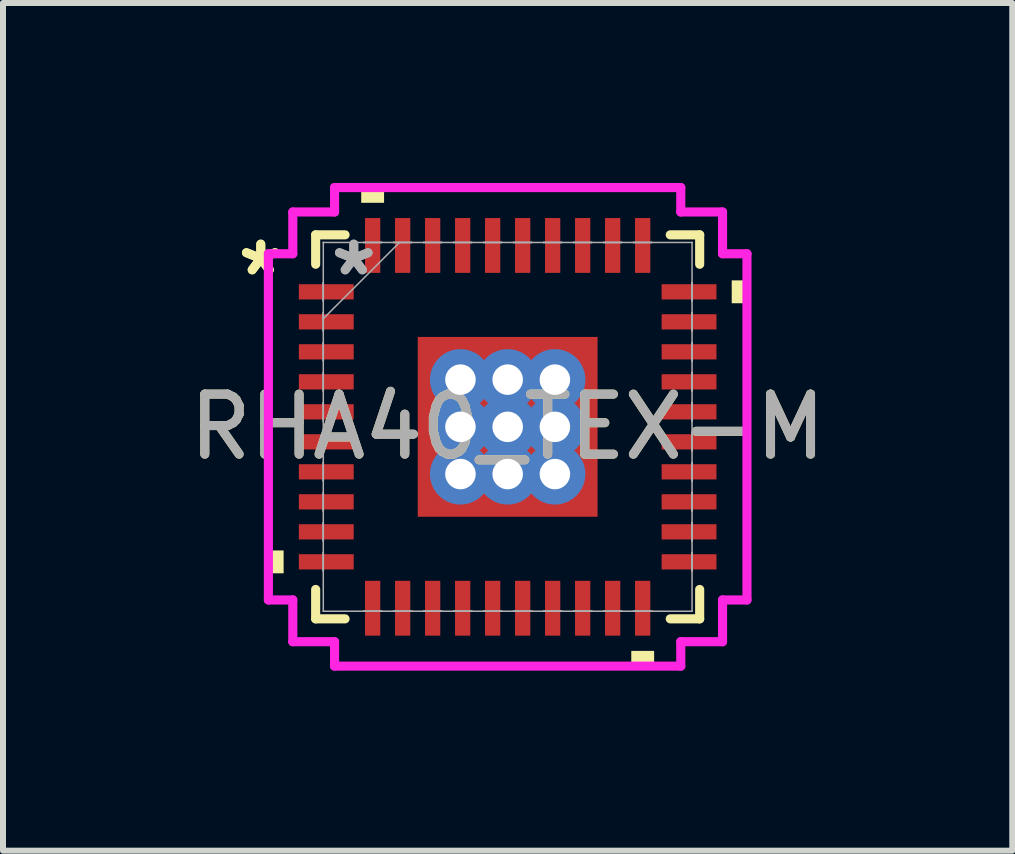
<source format=kicad_pcb>
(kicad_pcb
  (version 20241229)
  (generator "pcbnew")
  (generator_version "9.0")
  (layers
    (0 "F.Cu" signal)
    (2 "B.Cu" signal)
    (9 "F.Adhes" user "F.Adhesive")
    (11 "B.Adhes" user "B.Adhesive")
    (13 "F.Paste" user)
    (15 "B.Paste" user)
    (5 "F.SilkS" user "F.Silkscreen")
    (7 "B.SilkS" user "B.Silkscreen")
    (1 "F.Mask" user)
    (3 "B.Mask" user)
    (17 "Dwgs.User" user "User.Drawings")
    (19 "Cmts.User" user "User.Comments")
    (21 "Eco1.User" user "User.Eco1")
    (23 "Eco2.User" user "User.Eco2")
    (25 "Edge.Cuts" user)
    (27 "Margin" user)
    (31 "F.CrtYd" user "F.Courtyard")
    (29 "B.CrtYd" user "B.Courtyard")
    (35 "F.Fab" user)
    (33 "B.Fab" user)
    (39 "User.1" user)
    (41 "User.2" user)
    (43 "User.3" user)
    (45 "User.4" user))
  (footprint "RHA40_TEX-M"
    (layer "F.Cu")
    (at 5.411 4.064)
    (property "Reference" "RHA40_TEX-M" (at 0 0 0) (unlocked yes) (layer "F.SilkS") (effects (font (size 1 1) (thickness 0.15))))
    (attr smd)
    (fp_poly (pts (xy -1.562 -1.562) (xy -0.987 -1.562) (xy -0.987 1.562) (xy -1.562 1.562)) (stroke (width 0) (type solid)) (fill yes) (layer "F.Mask"))
    (fp_poly (pts (xy -1.562 -1.562) (xy 1.562 -1.562) (xy 1.562 -0.987) (xy -1.562 -0.987)) (stroke (width 0) (type solid)) (fill yes) (layer "F.Mask"))
    (fp_poly (pts (xy -1.562 -0.587) (xy 1.562 -0.587) (xy 1.562 -0.2) (xy -1.562 -0.2)) (stroke (width 0) (type solid)) (fill yes) (layer "F.Mask"))
    (fp_poly (pts (xy -1.562 0.2) (xy 1.562 0.2) (xy 1.562 0.587) (xy -1.562 0.587)) (stroke (width 0) (type solid)) (fill yes) (layer "F.Mask"))
    (fp_poly (pts (xy -1.562 0.987) (xy 1.562 0.987) (xy 1.562 1.562) (xy -1.562 1.562)) (stroke (width 0) (type solid)) (fill yes) (layer "F.Mask"))
    (fp_poly (pts (xy -0.2 -1.562) (xy -0.587 -1.562) (xy -0.587 1.562) (xy -0.2 1.562)) (stroke (width 0) (type solid)) (fill yes) (layer "F.Mask"))
    (fp_poly (pts (xy 0.587 -1.562) (xy 0.2 -1.562) (xy 0.2 1.562) (xy 0.587 1.562)) (stroke (width 0) (type solid)) (fill yes) (layer "F.Mask"))
    (fp_poly (pts (xy 0.987 -1.562) (xy 1.562 -1.562) (xy 1.562 1.562) (xy 0.987 1.562)) (stroke (width 0) (type solid)) (fill yes) (layer "F.Mask"))
    (fp_line (start -3.2 -3.2) (end -3.2 -2.71) (stroke (width 0.152) (type solid)) (layer "F.SilkS"))
    (fp_line (start -3.2 2.71) (end -3.2 3.2) (stroke (width 0.152) (type solid)) (layer "F.SilkS"))
    (fp_line (start -3.2 3.2) (end -2.71 3.2) (stroke (width 0.152) (type solid)) (layer "F.SilkS"))
    (fp_line (start -2.71 -3.2) (end -3.2 -3.2) (stroke (width 0.152) (type solid)) (layer "F.SilkS"))
    (fp_line (start 2.71 3.2) (end 3.2 3.2) (stroke (width 0.152) (type solid)) (layer "F.SilkS"))
    (fp_line (start 3.2 -3.2) (end 2.71 -3.2) (stroke (width 0.152) (type solid)) (layer "F.SilkS"))
    (fp_line (start 3.2 -2.71) (end 3.2 -3.2) (stroke (width 0.152) (type solid)) (layer "F.SilkS"))
    (fp_line (start 3.2 3.2) (end 3.2 2.71) (stroke (width 0.152) (type solid)) (layer "F.SilkS"))
    (fp_poly (pts (xy -3.988 2.06) (xy -3.988 2.441) (xy -3.734 2.441) (xy -3.734 2.06)) (stroke (width 0) (type solid)) (fill yes) (layer "F.SilkS"))
    (fp_poly (pts (xy -2.441 -3.734) (xy -2.441 -3.988) (xy -2.06 -3.988) (xy -2.06 -3.734)) (stroke (width 0) (type solid)) (fill yes) (layer "F.SilkS"))
    (fp_poly (pts (xy 2.06 3.734) (xy 2.06 3.988) (xy 2.441 3.988) (xy 2.441 3.734)) (stroke (width 0) (type solid)) (fill yes) (layer "F.SilkS"))
    (fp_poly (pts (xy 3.988 -2.441) (xy 3.988 -2.06) (xy 3.734 -2.06) (xy 3.734 -2.441)) (stroke (width 0) (type solid)) (fill yes) (layer "F.SilkS"))
    (fp_poly (pts (xy -1.424 -1.424) (xy -1.424 -0.887) (xy -1.029 -0.887) (xy -0.887 -1.029) (xy -0.887 -1.424)) (stroke (width 0) (type solid)) (fill yes) (layer "F.Paste"))
    (fp_poly (pts (xy -1.424 0.887) (xy -1.424 1.424) (xy -0.887 1.424) (xy -0.887 1.029) (xy -1.029 0.887)) (stroke (width 0) (type solid)) (fill yes) (layer "F.Paste"))
    (fp_poly (pts (xy 0.887 -1.424) (xy 0.887 -1.029) (xy 1.029 -0.887) (xy 1.424 -0.887) (xy 1.424 -1.424)) (stroke (width 0) (type solid)) (fill yes) (layer "F.Paste"))
    (fp_poly (pts (xy 1.029 0.887) (xy 0.887 1.029) (xy 0.887 1.424) (xy 1.424 1.424) (xy 1.424 0.887)) (stroke (width 0) (type solid)) (fill yes) (layer "F.Paste"))
    (fp_poly (pts (xy -1.424 -0.687) (xy -1.424 -0.1) (xy -1.029 -0.1) (xy -0.887 -0.241) (xy -0.887 -0.546) (xy -1.029 -0.687)) (stroke (width 0) (type solid)) (fill yes) (layer "F.Paste"))
    (fp_poly (pts (xy -1.424 0.1) (xy -1.424 0.687) (xy -1.029 0.687) (xy -0.887 0.546) (xy -0.887 0.241) (xy -1.029 0.1)) (stroke (width 0) (type solid)) (fill yes) (layer "F.Paste"))
    (fp_poly (pts (xy -0.687 -1.424) (xy -0.687 -1.029) (xy -0.546 -0.887) (xy -0.241 -0.887) (xy -0.1 -1.029) (xy -0.1 -1.424)) (stroke (width 0) (type solid)) (fill yes) (layer "F.Paste"))
    (fp_poly (pts (xy -0.546 0.887) (xy -0.687 1.029) (xy -0.687 1.424) (xy -0.1 1.424) (xy -0.1 1.029) (xy -0.241 0.887)) (stroke (width 0) (type solid)) (fill yes) (layer "F.Paste"))
    (fp_poly (pts (xy 0.1 -1.424) (xy 0.1 -1.029) (xy 0.241 -0.887) (xy 0.546 -0.887) (xy 0.687 -1.029) (xy 0.687 -1.424)) (stroke (width 0) (type solid)) (fill yes) (layer "F.Paste"))
    (fp_poly (pts (xy 0.241 0.887) (xy 0.1 1.029) (xy 0.1 1.424) (xy 0.687 1.424) (xy 0.687 1.029) (xy 0.546 0.887)) (stroke (width 0) (type solid)) (fill yes) (layer "F.Paste"))
    (fp_poly (pts (xy 1.029 -0.687) (xy 0.887 -0.546) (xy 0.887 -0.241) (xy 1.029 -0.1) (xy 1.424 -0.1) (xy 1.424 -0.687)) (stroke (width 0) (type solid)) (fill yes) (layer "F.Paste"))
    (fp_poly (pts (xy 1.029 0.1) (xy 0.887 0.241) (xy 0.887 0.546) (xy 1.029 0.687) (xy 1.424 0.687) (xy 1.424 0.1)) (stroke (width 0) (type solid)) (fill yes) (layer "F.Paste"))
    (fp_poly (pts (xy -0.546 -0.687) (xy -0.687 -0.546) (xy -0.687 -0.241) (xy -0.546 -0.1) (xy -0.241 -0.1) (xy -0.1 -0.241) (xy -0.1 -0.546) (xy -0.241 -0.687)) (stroke (width 0) (type solid)) (fill yes) (layer "F.Paste"))
    (fp_poly (pts (xy -0.546 0.1) (xy -0.687 0.241) (xy -0.687 0.546) (xy -0.546 0.687) (xy -0.241 0.687) (xy -0.1 0.546) (xy -0.1 0.241) (xy -0.241 0.1)) (stroke (width 0) (type solid)) (fill yes) (layer "F.Paste"))
    (fp_poly (pts (xy 0.241 -0.687) (xy 0.1 -0.546) (xy 0.1 -0.241) (xy 0.241 -0.1) (xy 0.546 -0.1) (xy 0.687 -0.241) (xy 0.687 -0.546) (xy 0.546 -0.687)) (stroke (width 0) (type solid)) (fill yes) (layer "F.Paste"))
    (fp_poly (pts (xy 0.241 0.1) (xy 0.1 0.241) (xy 0.1 0.546) (xy 0.241 0.687) (xy 0.546 0.687) (xy 0.687 0.546) (xy 0.687 0.241) (xy 0.546 0.1)) (stroke (width 0) (type solid)) (fill yes) (layer "F.Paste"))
    (fp_line (start -3.988 -2.885) (end -3.581 -2.885) (stroke (width 0.152) (type solid)) (layer "F.CrtYd"))
    (fp_line (start -3.988 2.885) (end -3.988 -2.885) (stroke (width 0.152) (type solid)) (layer "F.CrtYd"))
    (fp_line (start -3.581 -3.581) (end -2.885 -3.581) (stroke (width 0.152) (type solid)) (layer "F.CrtYd"))
    (fp_line (start -3.581 -2.885) (end -3.581 -3.581) (stroke (width 0.152) (type solid)) (layer "F.CrtYd"))
    (fp_line (start -3.581 2.885) (end -3.988 2.885) (stroke (width 0.152) (type solid)) (layer "F.CrtYd"))
    (fp_line (start -3.581 3.581) (end -3.581 2.885) (stroke (width 0.152) (type solid)) (layer "F.CrtYd"))
    (fp_line (start -2.885 -3.988) (end 2.885 -3.988) (stroke (width 0.152) (type solid)) (layer "F.CrtYd"))
    (fp_line (start -2.885 -3.581) (end -2.885 -3.988) (stroke (width 0.152) (type solid)) (layer "F.CrtYd"))
    (fp_line (start -2.885 3.581) (end -3.581 3.581) (stroke (width 0.152) (type solid)) (layer "F.CrtYd"))
    (fp_line (start -2.885 3.988) (end -2.885 3.581) (stroke (width 0.152) (type solid)) (layer "F.CrtYd"))
    (fp_line (start 2.885 -3.988) (end 2.885 -3.581) (stroke (width 0.152) (type solid)) (layer "F.CrtYd"))
    (fp_line (start 2.885 -3.581) (end 3.581 -3.581) (stroke (width 0.152) (type solid)) (layer "F.CrtYd"))
    (fp_line (start 2.885 3.581) (end 2.885 3.988) (stroke (width 0.152) (type solid)) (layer "F.CrtYd"))
    (fp_line (start 2.885 3.988) (end -2.885 3.988) (stroke (width 0.152) (type solid)) (layer "F.CrtYd"))
    (fp_line (start 3.581 -3.581) (end 3.581 -2.885) (stroke (width 0.152) (type solid)) (layer "F.CrtYd"))
    (fp_line (start 3.581 -2.885) (end 3.988 -2.885) (stroke (width 0.152) (type solid)) (layer "F.CrtYd"))
    (fp_line (start 3.581 2.885) (end 3.581 3.581) (stroke (width 0.152) (type solid)) (layer "F.CrtYd"))
    (fp_line (start 3.581 3.581) (end 2.885 3.581) (stroke (width 0.152) (type solid)) (layer "F.CrtYd"))
    (fp_line (start 3.988 -2.885) (end 3.988 2.885) (stroke (width 0.152) (type solid)) (layer "F.CrtYd"))
    (fp_line (start 3.988 2.885) (end 3.581 2.885) (stroke (width 0.152) (type solid)) (layer "F.CrtYd"))
    (fp_line (start -3.073 -3.073) (end -3.073 -3.073) (stroke (width 0.025) (type solid)) (layer "F.Fab"))
    (fp_line (start -3.073 -3.073) (end -3.073 3.073) (stroke (width 0.025) (type solid)) (layer "F.Fab"))
    (fp_line (start -3.073 -2.402) (end -3.073 -2.402) (stroke (width 0.025) (type solid)) (layer "F.Fab"))
    (fp_line (start -3.073 -2.402) (end -3.073 -2.098) (stroke (width 0.025) (type solid)) (layer "F.Fab"))
    (fp_line (start -3.073 -2.098) (end -3.073 -2.402) (stroke (width 0.025) (type solid)) (layer "F.Fab"))
    (fp_line (start -3.073 -2.098) (end -3.073 -2.098) (stroke (width 0.025) (type solid)) (layer "F.Fab"))
    (fp_line (start -3.073 -1.902) (end -3.073 -1.902) (stroke (width 0.025) (type solid)) (layer "F.Fab"))
    (fp_line (start -3.073 -1.902) (end -3.073 -1.598) (stroke (width 0.025) (type solid)) (layer "F.Fab"))
    (fp_line (start -3.073 -1.803) (end -1.803 -3.073) (stroke (width 0.025) (type solid)) (layer "F.Fab"))
    (fp_line (start -3.073 -1.598) (end -3.073 -1.902) (stroke (width 0.025) (type solid)) (layer "F.Fab"))
    (fp_line (start -3.073 -1.598) (end -3.073 -1.598) (stroke (width 0.025) (type solid)) (layer "F.Fab"))
    (fp_line (start -3.073 -1.402) (end -3.073 -1.402) (stroke (width 0.025) (type solid)) (layer "F.Fab"))
    (fp_line (start -3.073 -1.402) (end -3.073 -1.098) (stroke (width 0.025) (type solid)) (layer "F.Fab"))
    (fp_line (start -3.073 -1.098) (end -3.073 -1.402) (stroke (width 0.025) (type solid)) (layer "F.Fab"))
    (fp_line (start -3.073 -1.098) (end -3.073 -1.098) (stroke (width 0.025) (type solid)) (layer "F.Fab"))
    (fp_line (start -3.073 -0.902) (end -3.073 -0.902) (stroke (width 0.025) (type solid)) (layer "F.Fab"))
    (fp_line (start -3.073 -0.902) (end -3.073 -0.598) (stroke (width 0.025) (type solid)) (layer "F.Fab"))
    (fp_line (start -3.073 -0.598) (end -3.073 -0.902) (stroke (width 0.025) (type solid)) (layer "F.Fab"))
    (fp_line (start -3.073 -0.598) (end -3.073 -0.598) (stroke (width 0.025) (type solid)) (layer "F.Fab"))
    (fp_line (start -3.073 -0.402) (end -3.073 -0.402) (stroke (width 0.025) (type solid)) (layer "F.Fab"))
    (fp_line (start -3.073 -0.402) (end -3.073 -0.098) (stroke (width 0.025) (type solid)) (layer "F.Fab"))
    (fp_line (start -3.073 -0.098) (end -3.073 -0.402) (stroke (width 0.025) (type solid)) (layer "F.Fab"))
    (fp_line (start -3.073 -0.098) (end -3.073 -0.098) (stroke (width 0.025) (type solid)) (layer "F.Fab"))
    (fp_line (start -3.073 0.098) (end -3.073 0.098) (stroke (width 0.025) (type solid)) (layer "F.Fab"))
    (fp_line (start -3.073 0.098) (end -3.073 0.402) (stroke (width 0.025) (type solid)) (layer "F.Fab"))
    (fp_line (start -3.073 0.402) (end -3.073 0.098) (stroke (width 0.025) (type solid)) (layer "F.Fab"))
    (fp_line (start -3.073 0.402) (end -3.073 0.402) (stroke (width 0.025) (type solid)) (layer "F.Fab"))
    (fp_line (start -3.073 0.598) (end -3.073 0.598) (stroke (width 0.025) (type solid)) (layer "F.Fab"))
    (fp_line (start -3.073 0.598) (end -3.073 0.902) (stroke (width 0.025) (type solid)) (layer "F.Fab"))
    (fp_line (start -3.073 0.902) (end -3.073 0.598) (stroke (width 0.025) (type solid)) (layer "F.Fab"))
    (fp_line (start -3.073 0.902) (end -3.073 0.902) (stroke (width 0.025) (type solid)) (layer "F.Fab"))
    (fp_line (start -3.073 1.098) (end -3.073 1.098) (stroke (width 0.025) (type solid)) (layer "F.Fab"))
    (fp_line (start -3.073 1.098) (end -3.073 1.402) (stroke (width 0.025) (type solid)) (layer "F.Fab"))
    (fp_line (start -3.073 1.402) (end -3.073 1.098) (stroke (width 0.025) (type solid)) (layer "F.Fab"))
    (fp_line (start -3.073 1.402) (end -3.073 1.402) (stroke (width 0.025) (type solid)) (layer "F.Fab"))
    (fp_line (start -3.073 1.598) (end -3.073 1.598) (stroke (width 0.025) (type solid)) (layer "F.Fab"))
    (fp_line (start -3.073 1.598) (end -3.073 1.902) (stroke (width 0.025) (type solid)) (layer "F.Fab"))
    (fp_line (start -3.073 1.902) (end -3.073 1.598) (stroke (width 0.025) (type solid)) (layer "F.Fab"))
    (fp_line (start -3.073 1.902) (end -3.073 1.902) (stroke (width 0.025) (type solid)) (layer "F.Fab"))
    (fp_line (start -3.073 2.098) (end -3.073 2.098) (stroke (width 0.025) (type solid)) (layer "F.Fab"))
    (fp_line (start -3.073 2.098) (end -3.073 2.402) (stroke (width 0.025) (type solid)) (layer "F.Fab"))
    (fp_line (start -3.073 2.402) (end -3.073 2.098) (stroke (width 0.025) (type solid)) (layer "F.Fab"))
    (fp_line (start -3.073 2.402) (end -3.073 2.402) (stroke (width 0.025) (type solid)) (layer "F.Fab"))
    (fp_line (start -3.073 3.073) (end -3.073 3.073) (stroke (width 0.025) (type solid)) (layer "F.Fab"))
    (fp_line (start -3.073 3.073) (end 3.073 3.073) (stroke (width 0.025) (type solid)) (layer "F.Fab"))
    (fp_line (start -2.402 -3.073) (end -2.402 -3.073) (stroke (width 0.025) (type solid)) (layer "F.Fab"))
    (fp_line (start -2.402 -3.073) (end -2.098 -3.073) (stroke (width 0.025) (type solid)) (layer "F.Fab"))
    (fp_line (start -2.402 3.073) (end -2.402 3.073) (stroke (width 0.025) (type solid)) (layer "F.Fab"))
    (fp_line (start -2.402 3.073) (end -2.098 3.073) (stroke (width 0.025) (type solid)) (layer "F.Fab"))
    (fp_line (start -2.098 -3.073) (end -2.402 -3.073) (stroke (width 0.025) (type solid)) (layer "F.Fab"))
    (fp_line (start -2.098 -3.073) (end -2.098 -3.073) (stroke (width 0.025) (type solid)) (layer "F.Fab"))
    (fp_line (start -2.098 3.073) (end -2.402 3.073) (stroke (width 0.025) (type solid)) (layer "F.Fab"))
    (fp_line (start -2.098 3.073) (end -2.098 3.073) (stroke (width 0.025) (type solid)) (layer "F.Fab"))
    (fp_line (start -1.902 -3.073) (end -1.902 -3.073) (stroke (width 0.025) (type solid)) (layer "F.Fab"))
    (fp_line (start -1.902 -3.073) (end -1.598 -3.073) (stroke (width 0.025) (type solid)) (layer "F.Fab"))
    (fp_line (start -1.902 3.073) (end -1.902 3.073) (stroke (width 0.025) (type solid)) (layer "F.Fab"))
    (fp_line (start -1.902 3.073) (end -1.598 3.073) (stroke (width 0.025) (type solid)) (layer "F.Fab"))
    (fp_line (start -1.598 -3.073) (end -1.902 -3.073) (stroke (width 0.025) (type solid)) (layer "F.Fab"))
    (fp_line (start -1.598 -3.073) (end -1.598 -3.073) (stroke (width 0.025) (type solid)) (layer "F.Fab"))
    (fp_line (start -1.598 3.073) (end -1.902 3.073) (stroke (width 0.025) (type solid)) (layer "F.Fab"))
    (fp_line (start -1.598 3.073) (end -1.598 3.073) (stroke (width 0.025) (type solid)) (layer "F.Fab"))
    (fp_line (start -1.402 -3.073) (end -1.402 -3.073) (stroke (width 0.025) (type solid)) (layer "F.Fab"))
    (fp_line (start -1.402 -3.073) (end -1.098 -3.073) (stroke (width 0.025) (type solid)) (layer "F.Fab"))
    (fp_line (start -1.402 3.073) (end -1.402 3.073) (stroke (width 0.025) (type solid)) (layer "F.Fab"))
    (fp_line (start -1.402 3.073) (end -1.098 3.073) (stroke (width 0.025) (type solid)) (layer "F.Fab"))
    (fp_line (start -1.098 -3.073) (end -1.402 -3.073) (stroke (width 0.025) (type solid)) (layer "F.Fab"))
    (fp_line (start -1.098 -3.073) (end -1.098 -3.073) (stroke (width 0.025) (type solid)) (layer "F.Fab"))
    (fp_line (start -1.098 3.073) (end -1.402 3.073) (stroke (width 0.025) (type solid)) (layer "F.Fab"))
    (fp_line (start -1.098 3.073) (end -1.098 3.073) (stroke (width 0.025) (type solid)) (layer "F.Fab"))
    (fp_line (start -0.902 -3.073) (end -0.902 -3.073) (stroke (width 0.025) (type solid)) (layer "F.Fab"))
    (fp_line (start -0.902 -3.073) (end -0.598 -3.073) (stroke (width 0.025) (type solid)) (layer "F.Fab"))
    (fp_line (start -0.902 3.073) (end -0.902 3.073) (stroke (width 0.025) (type solid)) (layer "F.Fab"))
    (fp_line (start -0.902 3.073) (end -0.598 3.073) (stroke (width 0.025) (type solid)) (layer "F.Fab"))
    (fp_line (start -0.598 -3.073) (end -0.902 -3.073) (stroke (width 0.025) (type solid)) (layer "F.Fab"))
    (fp_line (start -0.598 -3.073) (end -0.598 -3.073) (stroke (width 0.025) (type solid)) (layer "F.Fab"))
    (fp_line (start -0.598 3.073) (end -0.902 3.073) (stroke (width 0.025) (type solid)) (layer "F.Fab"))
    (fp_line (start -0.598 3.073) (end -0.598 3.073) (stroke (width 0.025) (type solid)) (layer "F.Fab"))
    (fp_line (start -0.402 -3.073) (end -0.402 -3.073) (stroke (width 0.025) (type solid)) (layer "F.Fab"))
    (fp_line (start -0.402 -3.073) (end -0.098 -3.073) (stroke (width 0.025) (type solid)) (layer "F.Fab"))
    (fp_line (start -0.402 3.073) (end -0.402 3.073) (stroke (width 0.025) (type solid)) (layer "F.Fab"))
    (fp_line (start -0.402 3.073) (end -0.098 3.073) (stroke (width 0.025) (type solid)) (layer "F.Fab"))
    (fp_line (start -0.098 -3.073) (end -0.402 -3.073) (stroke (width 0.025) (type solid)) (layer "F.Fab"))
    (fp_line (start -0.098 -3.073) (end -0.098 -3.073) (stroke (width 0.025) (type solid)) (layer "F.Fab"))
    (fp_line (start -0.098 3.073) (end -0.402 3.073) (stroke (width 0.025) (type solid)) (layer "F.Fab"))
    (fp_line (start -0.098 3.073) (end -0.098 3.073) (stroke (width 0.025) (type solid)) (layer "F.Fab"))
    (fp_line (start 0.098 -3.073) (end 0.098 -3.073) (stroke (width 0.025) (type solid)) (layer "F.Fab"))
    (fp_line (start 0.098 -3.073) (end 0.402 -3.073) (stroke (width 0.025) (type solid)) (layer "F.Fab"))
    (fp_line (start 0.098 3.073) (end 0.098 3.073) (stroke (width 0.025) (type solid)) (layer "F.Fab"))
    (fp_line (start 0.098 3.073) (end 0.402 3.073) (stroke (width 0.025) (type solid)) (layer "F.Fab"))
    (fp_line (start 0.402 -3.073) (end 0.098 -3.073) (stroke (width 0.025) (type solid)) (layer "F.Fab"))
    (fp_line (start 0.402 -3.073) (end 0.402 -3.073) (stroke (width 0.025) (type solid)) (layer "F.Fab"))
    (fp_line (start 0.402 3.073) (end 0.098 3.073) (stroke (width 0.025) (type solid)) (layer "F.Fab"))
    (fp_line (start 0.402 3.073) (end 0.402 3.073) (stroke (width 0.025) (type solid)) (layer "F.Fab"))
    (fp_line (start 0.598 -3.073) (end 0.598 -3.073) (stroke (width 0.025) (type solid)) (layer "F.Fab"))
    (fp_line (start 0.598 -3.073) (end 0.902 -3.073) (stroke (width 0.025) (type solid)) (layer "F.Fab"))
    (fp_line (start 0.598 3.073) (end 0.598 3.073) (stroke (width 0.025) (type solid)) (layer "F.Fab"))
    (fp_line (start 0.598 3.073) (end 0.902 3.073) (stroke (width 0.025) (type solid)) (layer "F.Fab"))
    (fp_line (start 0.902 -3.073) (end 0.598 -3.073) (stroke (width 0.025) (type solid)) (layer "F.Fab"))
    (fp_line (start 0.902 -3.073) (end 0.902 -3.073) (stroke (width 0.025) (type solid)) (layer "F.Fab"))
    (fp_line (start 0.902 3.073) (end 0.598 3.073) (stroke (width 0.025) (type solid)) (layer "F.Fab"))
    (fp_line (start 0.902 3.073) (end 0.902 3.073) (stroke (width 0.025) (type solid)) (layer "F.Fab"))
    (fp_line (start 1.098 -3.073) (end 1.098 -3.073) (stroke (width 0.025) (type solid)) (layer "F.Fab"))
    (fp_line (start 1.098 -3.073) (end 1.402 -3.073) (stroke (width 0.025) (type solid)) (layer "F.Fab"))
    (fp_line (start 1.098 3.073) (end 1.098 3.073) (stroke (width 0.025) (type solid)) (layer "F.Fab"))
    (fp_line (start 1.098 3.073) (end 1.402 3.073) (stroke (width 0.025) (type solid)) (layer "F.Fab"))
    (fp_line (start 1.402 -3.073) (end 1.098 -3.073) (stroke (width 0.025) (type solid)) (layer "F.Fab"))
    (fp_line (start 1.402 -3.073) (end 1.402 -3.073) (stroke (width 0.025) (type solid)) (layer "F.Fab"))
    (fp_line (start 1.402 3.073) (end 1.098 3.073) (stroke (width 0.025) (type solid)) (layer "F.Fab"))
    (fp_line (start 1.402 3.073) (end 1.402 3.073) (stroke (width 0.025) (type solid)) (layer "F.Fab"))
    (fp_line (start 1.598 -3.073) (end 1.598 -3.073) (stroke (width 0.025) (type solid)) (layer "F.Fab"))
    (fp_line (start 1.598 -3.073) (end 1.902 -3.073) (stroke (width 0.025) (type solid)) (layer "F.Fab"))
    (fp_line (start 1.598 3.073) (end 1.598 3.073) (stroke (width 0.025) (type solid)) (layer "F.Fab"))
    (fp_line (start 1.598 3.073) (end 1.902 3.073) (stroke (width 0.025) (type solid)) (layer "F.Fab"))
    (fp_line (start 1.902 -3.073) (end 1.598 -3.073) (stroke (width 0.025) (type solid)) (layer "F.Fab"))
    (fp_line (start 1.902 -3.073) (end 1.902 -3.073) (stroke (width 0.025) (type solid)) (layer "F.Fab"))
    (fp_line (start 1.902 3.073) (end 1.598 3.073) (stroke (width 0.025) (type solid)) (layer "F.Fab"))
    (fp_line (start 1.902 3.073) (end 1.902 3.073) (stroke (width 0.025) (type solid)) (layer "F.Fab"))
    (fp_line (start 2.098 -3.073) (end 2.098 -3.073) (stroke (width 0.025) (type solid)) (layer "F.Fab"))
    (fp_line (start 2.098 -3.073) (end 2.402 -3.073) (stroke (width 0.025) (type solid)) (layer "F.Fab"))
    (fp_line (start 2.098 3.073) (end 2.098 3.073) (stroke (width 0.025) (type solid)) (layer "F.Fab"))
    (fp_line (start 2.098 3.073) (end 2.402 3.073) (stroke (width 0.025) (type solid)) (layer "F.Fab"))
    (fp_line (start 2.402 -3.073) (end 2.098 -3.073) (stroke (width 0.025) (type solid)) (layer "F.Fab"))
    (fp_line (start 2.402 -3.073) (end 2.402 -3.073) (stroke (width 0.025) (type solid)) (layer "F.Fab"))
    (fp_line (start 2.402 3.073) (end 2.098 3.073) (stroke (width 0.025) (type solid)) (layer "F.Fab"))
    (fp_line (start 2.402 3.073) (end 2.402 3.073) (stroke (width 0.025) (type solid)) (layer "F.Fab"))
    (fp_line (start 3.073 -3.073) (end -3.073 -3.073) (stroke (width 0.025) (type solid)) (layer "F.Fab"))
    (fp_line (start 3.073 -3.073) (end 3.073 -3.073) (stroke (width 0.025) (type solid)) (layer "F.Fab"))
    (fp_line (start 3.073 -2.402) (end 3.073 -2.402) (stroke (width 0.025) (type solid)) (layer "F.Fab"))
    (fp_line (start 3.073 -2.402) (end 3.073 -2.098) (stroke (width 0.025) (type solid)) (layer "F.Fab"))
    (fp_line (start 3.073 -2.098) (end 3.073 -2.402) (stroke (width 0.025) (type solid)) (layer "F.Fab"))
    (fp_line (start 3.073 -2.098) (end 3.073 -2.098) (stroke (width 0.025) (type solid)) (layer "F.Fab"))
    (fp_line (start 3.073 -1.902) (end 3.073 -1.902) (stroke (width 0.025) (type solid)) (layer "F.Fab"))
    (fp_line (start 3.073 -1.902) (end 3.073 -1.598) (stroke (width 0.025) (type solid)) (layer "F.Fab"))
    (fp_line (start 3.073 -1.598) (end 3.073 -1.902) (stroke (width 0.025) (type solid)) (layer "F.Fab"))
    (fp_line (start 3.073 -1.598) (end 3.073 -1.598) (stroke (width 0.025) (type solid)) (layer "F.Fab"))
    (fp_line (start 3.073 -1.402) (end 3.073 -1.402) (stroke (width 0.025) (type solid)) (layer "F.Fab"))
    (fp_line (start 3.073 -1.402) (end 3.073 -1.098) (stroke (width 0.025) (type solid)) (layer "F.Fab"))
    (fp_line (start 3.073 -1.098) (end 3.073 -1.402) (stroke (width 0.025) (type solid)) (layer "F.Fab"))
    (fp_line (start 3.073 -1.098) (end 3.073 -1.098) (stroke (width 0.025) (type solid)) (layer "F.Fab"))
    (fp_line (start 3.073 -0.902) (end 3.073 -0.902) (stroke (width 0.025) (type solid)) (layer "F.Fab"))
    (fp_line (start 3.073 -0.902) (end 3.073 -0.598) (stroke (width 0.025) (type solid)) (layer "F.Fab"))
    (fp_line (start 3.073 -0.598) (end 3.073 -0.902) (stroke (width 0.025) (type solid)) (layer "F.Fab"))
    (fp_line (start 3.073 -0.598) (end 3.073 -0.598) (stroke (width 0.025) (type solid)) (layer "F.Fab"))
    (fp_line (start 3.073 -0.402) (end 3.073 -0.402) (stroke (width 0.025) (type solid)) (layer "F.Fab"))
    (fp_line (start 3.073 -0.402) (end 3.073 -0.098) (stroke (width 0.025) (type solid)) (layer "F.Fab"))
    (fp_line (start 3.073 -0.098) (end 3.073 -0.402) (stroke (width 0.025) (type solid)) (layer "F.Fab"))
    (fp_line (start 3.073 -0.098) (end 3.073 -0.098) (stroke (width 0.025) (type solid)) (layer "F.Fab"))
    (fp_line (start 3.073 0.098) (end 3.073 0.098) (stroke (width 0.025) (type solid)) (layer "F.Fab"))
    (fp_line (start 3.073 0.098) (end 3.073 0.402) (stroke (width 0.025) (type solid)) (layer "F.Fab"))
    (fp_line (start 3.073 0.402) (end 3.073 0.098) (stroke (width 0.025) (type solid)) (layer "F.Fab"))
    (fp_line (start 3.073 0.402) (end 3.073 0.402) (stroke (width 0.025) (type solid)) (layer "F.Fab"))
    (fp_line (start 3.073 0.598) (end 3.073 0.598) (stroke (width 0.025) (type solid)) (layer "F.Fab"))
    (fp_line (start 3.073 0.598) (end 3.073 0.902) (stroke (width 0.025) (type solid)) (layer "F.Fab"))
    (fp_line (start 3.073 0.902) (end 3.073 0.598) (stroke (width 0.025) (type solid)) (layer "F.Fab"))
    (fp_line (start 3.073 0.902) (end 3.073 0.902) (stroke (width 0.025) (type solid)) (layer "F.Fab"))
    (fp_line (start 3.073 1.098) (end 3.073 1.098) (stroke (width 0.025) (type solid)) (layer "F.Fab"))
    (fp_line (start 3.073 1.098) (end 3.073 1.402) (stroke (width 0.025) (type solid)) (layer "F.Fab"))
    (fp_line (start 3.073 1.402) (end 3.073 1.098) (stroke (width 0.025) (type solid)) (layer "F.Fab"))
    (fp_line (start 3.073 1.402) (end 3.073 1.402) (stroke (width 0.025) (type solid)) (layer "F.Fab"))
    (fp_line (start 3.073 1.598) (end 3.073 1.598) (stroke (width 0.025) (type solid)) (layer "F.Fab"))
    (fp_line (start 3.073 1.598) (end 3.073 1.902) (stroke (width 0.025) (type solid)) (layer "F.Fab"))
    (fp_line (start 3.073 1.902) (end 3.073 1.598) (stroke (width 0.025) (type solid)) (layer "F.Fab"))
    (fp_line (start 3.073 1.902) (end 3.073 1.902) (stroke (width 0.025) (type solid)) (layer "F.Fab"))
    (fp_line (start 3.073 2.098) (end 3.073 2.098) (stroke (width 0.025) (type solid)) (layer "F.Fab"))
    (fp_line (start 3.073 2.098) (end 3.073 2.402) (stroke (width 0.025) (type solid)) (layer "F.Fab"))
    (fp_line (start 3.073 2.402) (end 3.073 2.098) (stroke (width 0.025) (type solid)) (layer "F.Fab"))
    (fp_line (start 3.073 2.402) (end 3.073 2.402) (stroke (width 0.025) (type solid)) (layer "F.Fab"))
    (fp_line (start 3.073 3.073) (end 3.073 -3.073) (stroke (width 0.025) (type solid)) (layer "F.Fab"))
    (fp_line (start 3.073 3.073) (end 3.073 3.073) (stroke (width 0.025) (type solid)) (layer "F.Fab"))
    (fp_text user "*" (at -4.115 -2.5 0) (layer "F.SilkS") (effects (font (size 1 1) (thickness 0.15))))
    (fp_text user "*" (at -4.115 -2.5 0) (unlocked yes) (layer "F.SilkS") (effects (font (size 1 1) (thickness 0.15))))
    (fp_text user "*" (at -2.565 -2.5 0) (unlocked yes) (layer "F.Fab") (effects (font (size 1 1) (thickness 0.15))))
    (fp_text user "*" (at -2.565 -2.5 0) (layer "F.Fab") (effects (font (size 1 1) (thickness 0.15))))
    (fp_text user "${REFERENCE}" (at 0 0 0) (unlocked yes) (layer "F.Fab") (effects (font (size 1 1) (thickness 0.15))))
    (pad "1" smd rect (at -3.023 -2.25 90) (size 0.254 0.914) (layers "F.Cu" "F.Mask" "F.Paste"))
    (pad "2" smd rect (at -3.023 -1.75 90) (size 0.254 0.914) (layers "F.Cu" "F.Mask" "F.Paste"))
    (pad "3" smd rect (at -3.023 -1.25 90) (size 0.254 0.914) (layers "F.Cu" "F.Mask" "F.Paste"))
    (pad "4" smd rect (at -3.023 -0.75 90) (size 0.254 0.914) (layers "F.Cu" "F.Mask" "F.Paste"))
    (pad "5" smd rect (at -3.023 -0.25 90) (size 0.254 0.914) (layers "F.Cu" "F.Mask" "F.Paste"))
    (pad "6" smd rect (at -3.023 0.25 90) (size 0.254 0.914) (layers "F.Cu" "F.Mask" "F.Paste"))
    (pad "7" smd rect (at -3.023 0.75 90) (size 0.254 0.914) (layers "F.Cu" "F.Mask" "F.Paste"))
    (pad "8" smd rect (at -3.023 1.25 90) (size 0.254 0.914) (layers "F.Cu" "F.Mask" "F.Paste"))
    (pad "9" smd rect (at -3.023 1.75 90) (size 0.254 0.914) (layers "F.Cu" "F.Mask" "F.Paste"))
    (pad "10" smd rect (at -3.023 2.25 90) (size 0.254 0.914) (layers "F.Cu" "F.Mask" "F.Paste"))
    (pad "11" smd rect (at -2.25 3.023) (size 0.254 0.914) (layers "F.Cu" "F.Mask" "F.Paste"))
    (pad "12" smd rect (at -1.75 3.023) (size 0.254 0.914) (layers "F.Cu" "F.Mask" "F.Paste"))
    (pad "13" smd rect (at -1.25 3.023) (size 0.254 0.914) (layers "F.Cu" "F.Mask" "F.Paste"))
    (pad "14" smd rect (at -0.75 3.023) (size 0.254 0.914) (layers "F.Cu" "F.Mask" "F.Paste"))
    (pad "15" smd rect (at -0.25 3.023) (size 0.254 0.914) (layers "F.Cu" "F.Mask" "F.Paste"))
    (pad "16" smd rect (at 0.25 3.023) (size 0.254 0.914) (layers "F.Cu" "F.Mask" "F.Paste"))
    (pad "17" smd rect (at 0.75 3.023) (size 0.254 0.914) (layers "F.Cu" "F.Mask" "F.Paste"))
    (pad "18" smd rect (at 1.25 3.023) (size 0.254 0.914) (layers "F.Cu" "F.Mask" "F.Paste"))
    (pad "19" smd rect (at 1.75 3.023) (size 0.254 0.914) (layers "F.Cu" "F.Mask" "F.Paste"))
    (pad "20" smd rect (at 2.25 3.023) (size 0.254 0.914) (layers "F.Cu" "F.Mask" "F.Paste"))
    (pad "21" smd rect (at 3.023 2.25 90) (size 0.254 0.914) (layers "F.Cu" "F.Mask" "F.Paste"))
    (pad "22" smd rect (at 3.023 1.75 90) (size 0.254 0.914) (layers "F.Cu" "F.Mask" "F.Paste"))
    (pad "23" smd rect (at 3.023 1.25 90) (size 0.254 0.914) (layers "F.Cu" "F.Mask" "F.Paste"))
    (pad "24" smd rect (at 3.023 0.75 90) (size 0.254 0.914) (layers "F.Cu" "F.Mask" "F.Paste"))
    (pad "25" smd rect (at 3.023 0.25 90) (size 0.254 0.914) (layers "F.Cu" "F.Mask" "F.Paste"))
    (pad "26" smd rect (at 3.023 -0.25 90) (size 0.254 0.914) (layers "F.Cu" "F.Mask" "F.Paste"))
    (pad "27" smd rect (at 3.023 -0.75 90) (size 0.254 0.914) (layers "F.Cu" "F.Mask" "F.Paste"))
    (pad "28" smd rect (at 3.023 -1.25 90) (size 0.254 0.914) (layers "F.Cu" "F.Mask" "F.Paste"))
    (pad "29" smd rect (at 3.023 -1.75 90) (size 0.254 0.914) (layers "F.Cu" "F.Mask" "F.Paste"))
    (pad "30" smd rect (at 3.023 -2.25 90) (size 0.254 0.914) (layers "F.Cu" "F.Mask" "F.Paste"))
    (pad "31" smd rect (at 2.25 -3.023) (size 0.254 0.914) (layers "F.Cu" "F.Mask" "F.Paste"))
    (pad "32" smd rect (at 1.75 -3.023) (size 0.254 0.914) (layers "F.Cu" "F.Mask" "F.Paste"))
    (pad "33" smd rect (at 1.25 -3.023) (size 0.254 0.914) (layers "F.Cu" "F.Mask" "F.Paste"))
    (pad "34" smd rect (at 0.75 -3.023) (size 0.254 0.914) (layers "F.Cu" "F.Mask" "F.Paste"))
    (pad "35" smd rect (at 0.25 -3.023) (size 0.254 0.914) (layers "F.Cu" "F.Mask" "F.Paste"))
    (pad "36" smd rect (at -0.25 -3.023) (size 0.254 0.914) (layers "F.Cu" "F.Mask" "F.Paste"))
    (pad "37" smd rect (at -0.75 -3.023) (size 0.254 0.914) (layers "F.Cu" "F.Mask" "F.Paste"))
    (pad "38" smd rect (at -1.25 -3.023) (size 0.254 0.914) (layers "F.Cu" "F.Mask" "F.Paste"))
    (pad "39" smd rect (at -1.75 -3.023) (size 0.254 0.914) (layers "F.Cu" "F.Mask" "F.Paste"))
    (pad "40" smd rect (at -2.25 -3.023) (size 0.254 0.914) (layers "F.Cu" "F.Mask" "F.Paste"))
    (pad "41" smd rect (at 0 0) (size 2.997 2.997) (layers "F.Cu"))
    (pad "V" thru_hole circle (at -0.787 -0.787) (size 1.016 1.016) (drill 0.508) (layers "*.Cu" "*.Mask"))
    (pad "V" thru_hole circle (at -0.787 0) (size 1.016 1.016) (drill 0.508) (layers "*.Cu" "*.Mask"))
    (pad "V" thru_hole circle (at -0.787 0.787) (size 1.016 1.016) (drill 0.508) (layers "*.Cu" "*.Mask"))
    (pad "V" thru_hole circle (at 0 -0.787) (size 1.016 1.016) (drill 0.508) (layers "*.Cu" "*.Mask"))
    (pad "V" thru_hole circle (at 0 0) (size 1.016 1.016) (drill 0.508) (layers "*.Cu" "*.Mask"))
    (pad "V" thru_hole circle (at 0 0.787) (size 1.016 1.016) (drill 0.508) (layers "*.Cu" "*.Mask"))
    (pad "V" thru_hole circle (at 0.787 -0.787) (size 1.016 1.016) (drill 0.508) (layers "*.Cu" "*.Mask"))
    (pad "V" thru_hole circle (at 0.787 0) (size 1.016 1.016) (drill 0.508) (layers "*.Cu" "*.Mask"))
    (pad "V" thru_hole circle (at 0.787 0.787) (size 1.016 1.016) (drill 0.508) (layers "*.Cu" "*.Mask")))
  (gr_rect
    (start -3 -3)
    (end 13.821 11.128)
    (stroke (width 0.1) (type default))
    (fill no)
    (layer "Edge.Cuts")))
</source>
